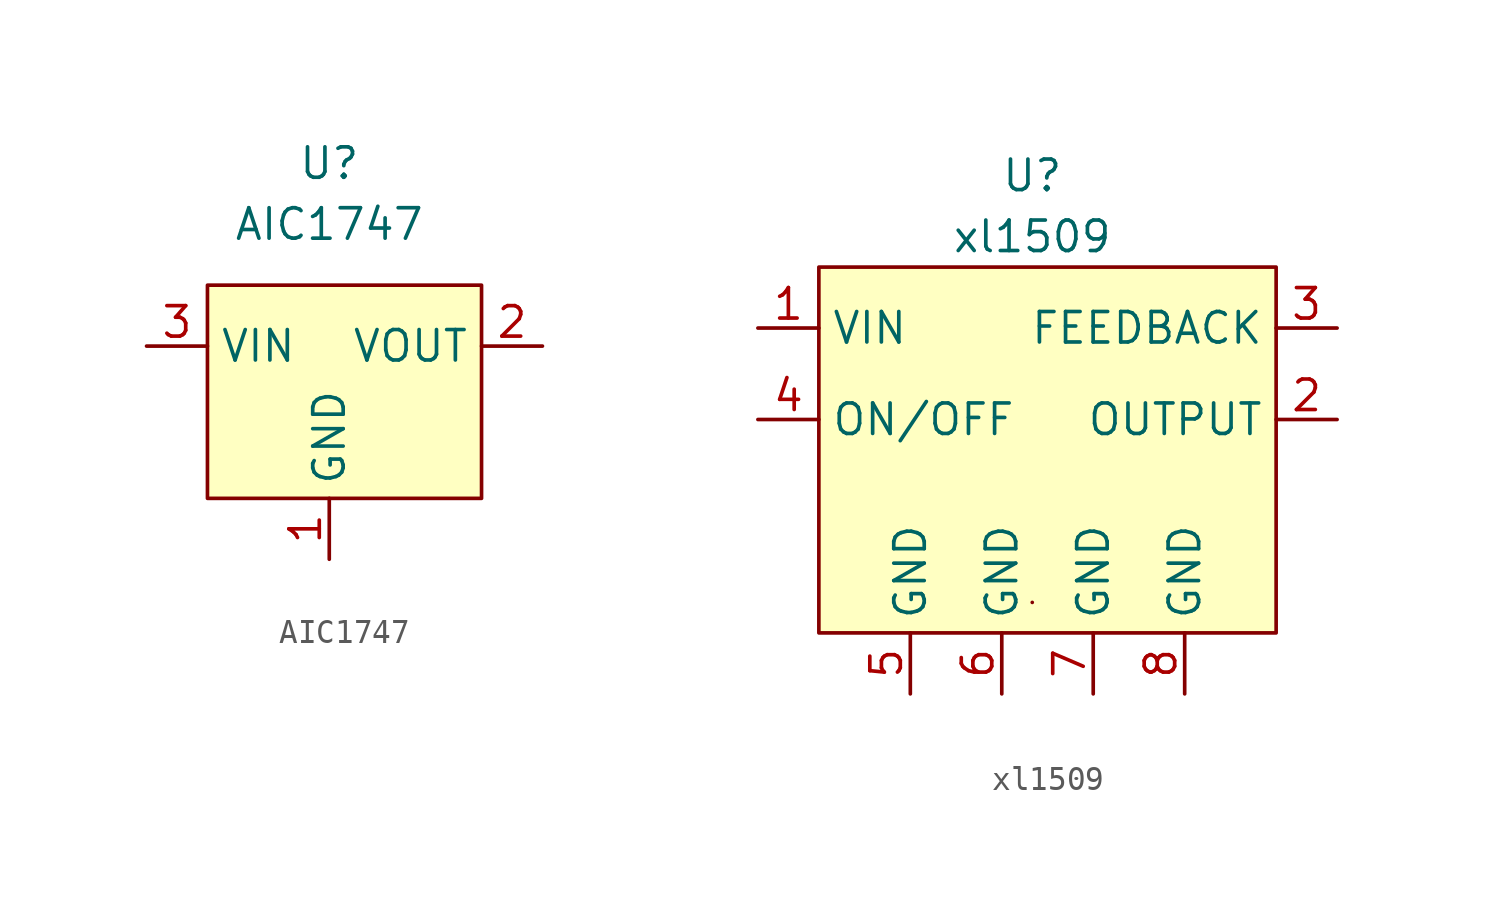
<source format=kicad_sym>
(kicad_symbol_lib
  (version 20211014)
  (generator kicad_symbol_editor)
  (symbol "AIC1747"
    (property "Reference" "U"
      (at 0 8.89 0)
      (effects (font (size 1.27 1.27))))
    (property "Value" "AIC1747"
      (at 0 6.35 0)
      (effects (font (size 1.27 1.27))))
    (symbol "AIC1747_0_1"
      (rectangle (start -5.08 3.81) (end 6.35 -5.08) (stroke (width 0) (type default) (color 0 0 0 0)) (fill (type background))))
    (symbol "AIC1747_1_1"
      (pin power_in line (at 0 -7.62 90) (length 2.54) (name "GND" (effects (font (size 1.27 1.27)))) (number "1" (effects (font (size 1.27 1.27)))))
      (pin power_out line (at 8.89 1.27 180) (length 2.54) (name "VOUT" (effects (font (size 1.27 1.27)))) (number "2" (effects (font (size 1.27 1.27)))))
      (pin power_in line (at -7.62 1.27 0) (length 2.54) (name "VIN" (effects (font (size 1.27 1.27)))) (number "3" (effects (font (size 1.27 1.27)))))))
  (symbol "xl1509"
    (property "Reference" "U"
      (at 0 8.89 0)
      (effects (font (size 1.27 1.27))))
    (property "Value" "xl1509"
      (at 0 6.35 0)
      (effects (font (size 1.27 1.27))))
    (symbol "xl1509_0_1"
      (rectangle (start -8.89 5.08) (end 10.16 -10.16) (stroke (width 0) (type default) (color 0 0 0 0)) (fill (type background)))
      (rectangle (start 0 -8.89) (end 0 -8.89) (stroke (width 0) (type default) (color 0 0 0 0)) (fill (type none))))
    (symbol "xl1509_1_1"
      (pin power_in line (at -11.43 2.54 0) (length 2.54) (name "VIN" (effects (font (size 1.27 1.27)))) (number "1" (effects (font (size 1.27 1.27)))))
      (pin power_out line (at 12.7 -1.27 180) (length 2.54) (name "OUTPUT" (effects (font (size 1.27 1.27)))) (number "2" (effects (font (size 1.27 1.27)))))
      (pin input line (at 12.7 2.54 180) (length 2.54) (name "FEEDBACK" (effects (font (size 1.27 1.27)))) (number "3" (effects (font (size 1.27 1.27)))))
      (pin input line (at -11.43 -1.27 0) (length 2.54) (name "ON/OFF" (effects (font (size 1.27 1.27)))) (number "4" (effects (font (size 1.27 1.27)))))
      (pin power_in line (at -5.08 -12.7 90) (length 2.54) (name "GND" (effects (font (size 1.27 1.27)))) (number "5" (effects (font (size 1.27 1.27)))))
      (pin power_in line (at -1.27 -12.7 90) (length 2.54) (name "GND" (effects (font (size 1.27 1.27)))) (number "6" (effects (font (size 1.27 1.27)))))
      (pin power_in line (at 2.54 -12.7 90) (length 2.54) (name "GND" (effects (font (size 1.27 1.27)))) (number "7" (effects (font (size 1.27 1.27)))))
      (pin power_in line (at 6.35 -12.7 90) (length 2.54) (name "GND" (effects (font (size 1.27 1.27)))) (number "8" (effects (font (size 1.27 1.27))))))))
</source>
